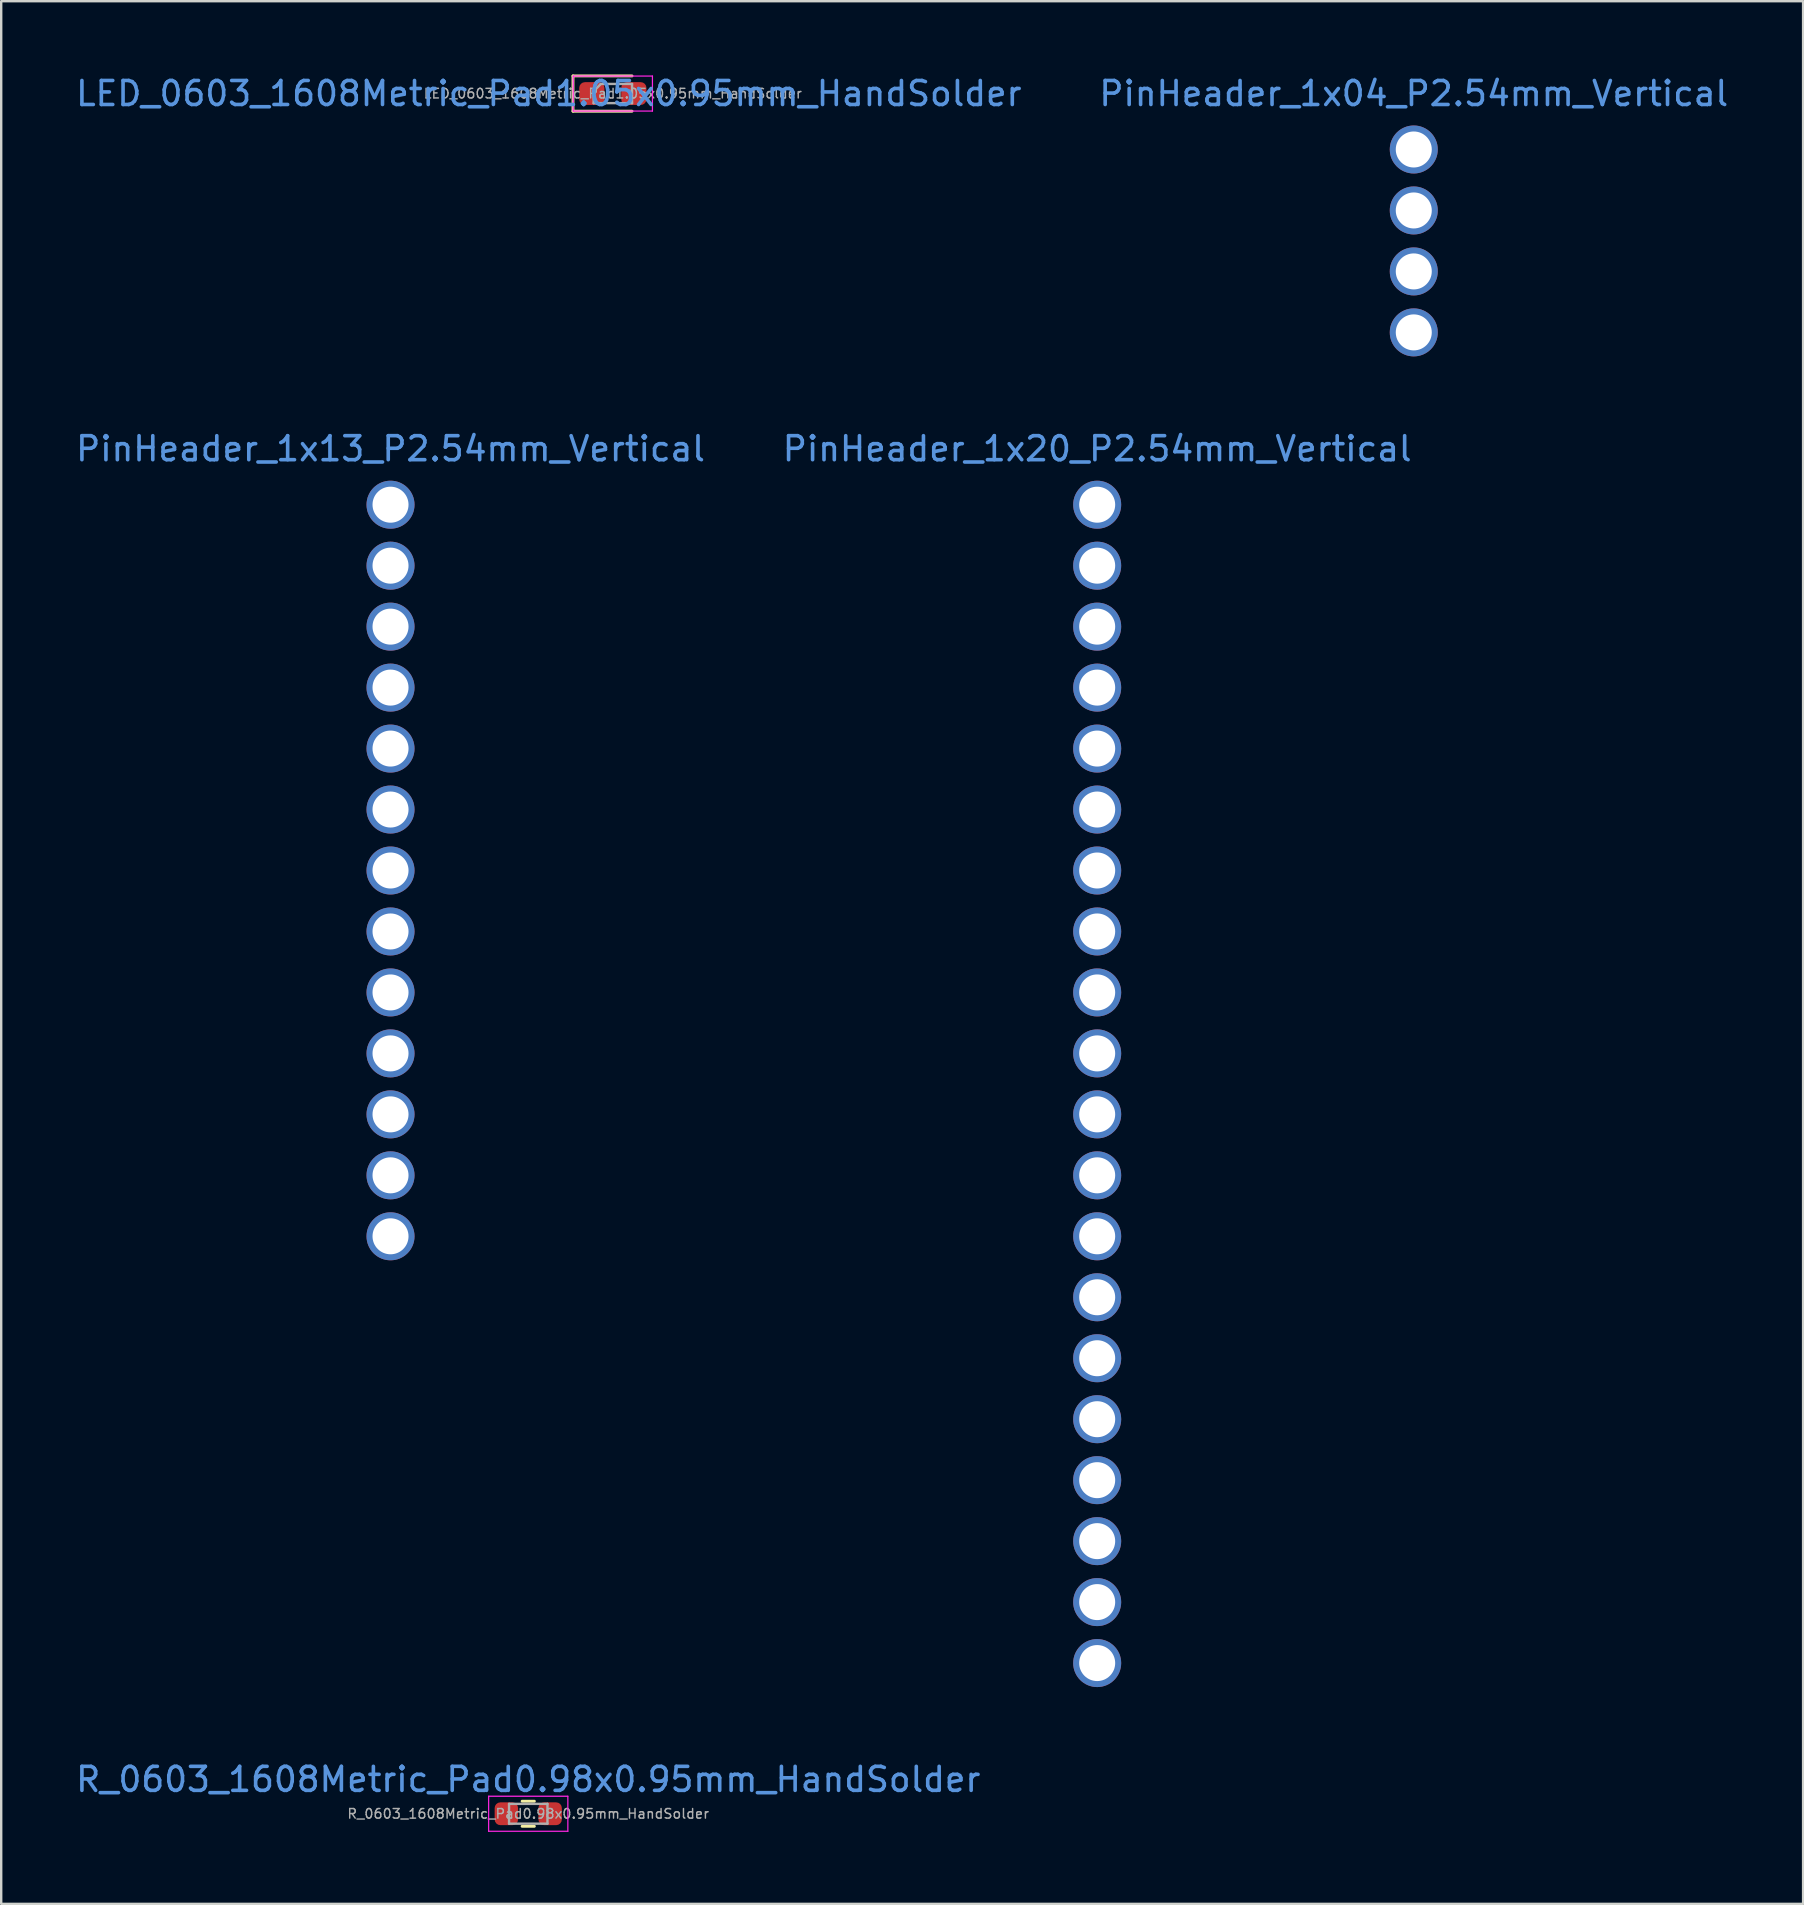
<source format=kicad_pcb>
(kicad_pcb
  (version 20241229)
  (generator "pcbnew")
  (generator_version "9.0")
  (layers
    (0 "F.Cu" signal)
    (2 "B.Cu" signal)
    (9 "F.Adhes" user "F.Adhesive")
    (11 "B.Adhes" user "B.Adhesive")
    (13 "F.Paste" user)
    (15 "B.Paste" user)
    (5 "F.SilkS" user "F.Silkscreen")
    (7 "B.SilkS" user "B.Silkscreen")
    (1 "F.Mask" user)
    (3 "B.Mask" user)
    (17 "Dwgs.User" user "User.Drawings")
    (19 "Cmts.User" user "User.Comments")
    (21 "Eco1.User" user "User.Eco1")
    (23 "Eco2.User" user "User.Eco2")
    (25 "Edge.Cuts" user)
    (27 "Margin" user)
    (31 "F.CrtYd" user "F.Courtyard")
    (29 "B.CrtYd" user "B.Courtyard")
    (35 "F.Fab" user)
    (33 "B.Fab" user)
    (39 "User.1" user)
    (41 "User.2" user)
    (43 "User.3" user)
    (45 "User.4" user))
  (footprint "LED_0603_1608Metric_Pad1.05x0.95mm_HandSolder"
    (layer "F.Cu")
    (at 22.482 0.848)
    (property "Reference" "LED_0603_1608Metric_Pad1.05x0.95mm_HandSolder" (at -2.667 0 0) (layer "Cmts.User") (effects (font (size 1 1) (thickness 0.15))))
    (attr smd)
    (fp_line (start -1.66 -0.735) (end -1.66 0.735) (stroke (width 0.12) (type solid)) (layer "F.SilkS"))
    (fp_line (start -1.66 0.735) (end 0.8 0.735) (stroke (width 0.12) (type solid)) (layer "F.SilkS"))
    (fp_line (start 0.8 -0.735) (end -1.66 -0.735) (stroke (width 0.12) (type solid)) (layer "F.SilkS"))
    (fp_line (start -1.65 -0.73) (end 1.65 -0.73) (stroke (width 0.05) (type solid)) (layer "F.CrtYd"))
    (fp_line (start -1.65 0.73) (end -1.65 -0.73) (stroke (width 0.05) (type solid)) (layer "F.CrtYd"))
    (fp_line (start 1.65 -0.73) (end 1.65 0.73) (stroke (width 0.05) (type solid)) (layer "F.CrtYd"))
    (fp_line (start 1.65 0.73) (end -1.65 0.73) (stroke (width 0.05) (type solid)) (layer "F.CrtYd"))
    (fp_line (start -0.8 -0.1) (end -0.8 0.4) (stroke (width 0.1) (type solid)) (layer "F.Fab"))
    (fp_line (start -0.8 0.4) (end 0.8 0.4) (stroke (width 0.1) (type solid)) (layer "F.Fab"))
    (fp_line (start -0.5 -0.4) (end -0.8 -0.1) (stroke (width 0.1) (type solid)) (layer "F.Fab"))
    (fp_line (start 0.8 -0.4) (end -0.5 -0.4) (stroke (width 0.1) (type solid)) (layer "F.Fab"))
    (fp_line (start 0.8 0.4) (end 0.8 -0.4) (stroke (width 0.1) (type solid)) (layer "F.Fab"))
    (fp_text user "${REFERENCE}" (at 0 0 0) (layer "F.Fab") (effects (font (size 0.4 0.4) (thickness 0.06))))
    (pad "1" smd roundrect (at -0.875 0) (size 1.05 0.95) (layers "F.Cu" "F.Mask" "F.Paste") (roundrect_rratio 0.25))
    (pad "2" smd roundrect (at 0.875 0) (size 1.05 0.95) (layers "F.Cu" "F.Mask" "F.Paste") (roundrect_rratio 0.25)))
  (footprint "PinHeader_1x20_P2.54mm_Vertical"
    (layer "F.Cu")
    (at 42.661 17.977)
    (property "Reference" "PinHeader_1x20_P2.54mm_Vertical" (at 0 -2.33 0) (layer "Cmts.User") (effects (font (size 1 1) (thickness 0.15))))
    (attr through_hole)
    (pad "1" thru_hole circle (at 0 0) (size 2 2) (drill 1.5) (layers "*.Cu" "*.Mask"))
    (pad "2" thru_hole circle (at 0 2.54) (size 2 2) (drill 1.5) (layers "*.Cu" "*.Mask"))
    (pad "3" thru_hole circle (at 0 5.08) (size 2 2) (drill 1.5) (layers "*.Cu" "*.Mask"))
    (pad "4" thru_hole circle (at 0 7.62) (size 2 2) (drill 1.5) (layers "*.Cu" "*.Mask"))
    (pad "5" thru_hole circle (at 0 10.16) (size 2 2) (drill 1.5) (layers "*.Cu" "*.Mask"))
    (pad "6" thru_hole circle (at 0 12.7) (size 2 2) (drill 1.5) (layers "*.Cu" "*.Mask"))
    (pad "7" thru_hole circle (at 0 15.24) (size 2 2) (drill 1.5) (layers "*.Cu" "*.Mask"))
    (pad "8" thru_hole circle (at 0 17.78) (size 2 2) (drill 1.5) (layers "*.Cu" "*.Mask"))
    (pad "9" thru_hole circle (at 0 20.32) (size 2 2) (drill 1.5) (layers "*.Cu" "*.Mask"))
    (pad "10" thru_hole circle (at 0 22.86) (size 2 2) (drill 1.5) (layers "*.Cu" "*.Mask"))
    (pad "11" thru_hole circle (at 0 25.4) (size 2 2) (drill 1.5) (layers "*.Cu" "*.Mask"))
    (pad "12" thru_hole circle (at 0 27.94) (size 2 2) (drill 1.5) (layers "*.Cu" "*.Mask"))
    (pad "13" thru_hole circle (at 0 30.48) (size 2 2) (drill 1.5) (layers "*.Cu" "*.Mask"))
    (pad "14" thru_hole circle (at 0 33.02) (size 2 2) (drill 1.5) (layers "*.Cu" "*.Mask"))
    (pad "15" thru_hole circle (at 0 35.56) (size 2 2) (drill 1.5) (layers "*.Cu" "*.Mask"))
    (pad "16" thru_hole circle (at 0 38.1) (size 2 2) (drill 1.5) (layers "*.Cu" "*.Mask"))
    (pad "17" thru_hole circle (at 0 40.64) (size 2 2) (drill 1.5) (layers "*.Cu" "*.Mask"))
    (pad "18" thru_hole circle (at 0 43.18) (size 2 2) (drill 1.5) (layers "*.Cu" "*.Mask"))
    (pad "19" thru_hole circle (at 0 45.72) (size 2 2) (drill 1.5) (layers "*.Cu" "*.Mask"))
    (pad "20" thru_hole circle (at 0 48.26) (size 2 2) (drill 1.5) (layers "*.Cu" "*.Mask")))
  (footprint "R_0603_1608Metric_Pad0.98x0.95mm_HandSolder"
    (layer "F.Cu")
    (at 18.958 72.515)
    (property "Reference" "R_0603_1608Metric_Pad0.98x0.95mm_HandSolder" (at 0 -1.43 0) (layer "Cmts.User") (effects (font (size 1 1) (thickness 0.15))))
    (attr smd)
    (fp_line (start -0.255 -0.522) (end 0.255 -0.522) (stroke (width 0.12) (type solid)) (layer "F.SilkS"))
    (fp_line (start -0.255 0.522) (end 0.255 0.522) (stroke (width 0.12) (type solid)) (layer "F.SilkS"))
    (fp_line (start -1.65 -0.73) (end 1.65 -0.73) (stroke (width 0.05) (type solid)) (layer "F.CrtYd"))
    (fp_line (start -1.65 0.73) (end -1.65 -0.73) (stroke (width 0.05) (type solid)) (layer "F.CrtYd"))
    (fp_line (start 1.65 -0.73) (end 1.65 0.73) (stroke (width 0.05) (type solid)) (layer "F.CrtYd"))
    (fp_line (start 1.65 0.73) (end -1.65 0.73) (stroke (width 0.05) (type solid)) (layer "F.CrtYd"))
    (fp_line (start -0.8 -0.412) (end 0.8 -0.412) (stroke (width 0.1) (type solid)) (layer "F.Fab"))
    (fp_line (start -0.8 0.412) (end -0.8 -0.412) (stroke (width 0.1) (type solid)) (layer "F.Fab"))
    (fp_line (start 0.8 -0.412) (end 0.8 0.412) (stroke (width 0.1) (type solid)) (layer "F.Fab"))
    (fp_line (start 0.8 0.412) (end -0.8 0.412) (stroke (width 0.1) (type solid)) (layer "F.Fab"))
    (fp_text user "${REFERENCE}" (at 0 0 0) (layer "F.Fab") (effects (font (size 0.4 0.4) (thickness 0.06))))
    (pad "1" smd roundrect (at -0.912 0) (size 0.975 0.95) (layers "F.Cu" "F.Mask" "F.Paste") (roundrect_rratio 0.25))
    (pad "2" smd roundrect (at 0.912 0) (size 0.975 0.95) (layers "F.Cu" "F.Mask" "F.Paste") (roundrect_rratio 0.25)))
  (footprint "PinHeader_1x13_P2.54mm_Vertical"
    (layer "F.Cu")
    (at 13.22 17.977)
    (property "Reference" "PinHeader_1x13_P2.54mm_Vertical" (at 0 -2.33 0) (layer "Cmts.User") (effects (font (size 1 1) (thickness 0.15))))
    (attr through_hole)
    (pad "1" thru_hole circle (at 0 0) (size 2 2) (drill 1.5) (layers "*.Cu" "*.Mask"))
    (pad "2" thru_hole circle (at 0 2.54) (size 2 2) (drill 1.5) (layers "*.Cu" "*.Mask"))
    (pad "3" thru_hole circle (at 0 5.08) (size 2 2) (drill 1.5) (layers "*.Cu" "*.Mask"))
    (pad "4" thru_hole circle (at 0 7.62) (size 2 2) (drill 1.5) (layers "*.Cu" "*.Mask"))
    (pad "5" thru_hole circle (at 0 10.16) (size 2 2) (drill 1.5) (layers "*.Cu" "*.Mask"))
    (pad "6" thru_hole circle (at 0 12.7) (size 2 2) (drill 1.5) (layers "*.Cu" "*.Mask"))
    (pad "7" thru_hole circle (at 0 15.24) (size 2 2) (drill 1.5) (layers "*.Cu" "*.Mask"))
    (pad "8" thru_hole circle (at 0 17.78) (size 2 2) (drill 1.5) (layers "*.Cu" "*.Mask"))
    (pad "9" thru_hole circle (at 0 20.32) (size 2 2) (drill 1.5) (layers "*.Cu" "*.Mask"))
    (pad "10" thru_hole circle (at 0 22.86) (size 2 2) (drill 1.5) (layers "*.Cu" "*.Mask"))
    (pad "11" thru_hole circle (at 0 25.4) (size 2 2) (drill 1.5) (layers "*.Cu" "*.Mask"))
    (pad "12" thru_hole circle (at 0 27.94) (size 2 2) (drill 1.5) (layers "*.Cu" "*.Mask"))
    (pad "13" thru_hole circle (at 0 30.48) (size 2 2) (drill 1.5) (layers "*.Cu" "*.Mask")))
  (footprint "PinHeader_1x04_P2.54mm_Vertical"
    (layer "F.Cu")
    (at 55.851 3.178)
    (property "Reference" "PinHeader_1x04_P2.54mm_Vertical" (at 0 -2.33 0) (layer "Cmts.User") (effects (font (size 1 1) (thickness 0.15))))
    (attr through_hole)
    (pad "1" thru_hole circle (at 0 0) (size 2 2) (drill 1.5) (layers "*.Cu" "*.Mask"))
    (pad "2" thru_hole circle (at 0 2.54) (size 2 2) (drill 1.5) (layers "*.Cu" "*.Mask"))
    (pad "3" thru_hole circle (at 0 5.08) (size 2 2) (drill 1.5) (layers "*.Cu" "*.Mask"))
    (pad "4" thru_hole circle (at 0 7.62) (size 2 2) (drill 1.5) (layers "*.Cu" "*.Mask")))
  (gr_rect
    (start -3 -3)
    (end 72.071 76.27)
    (stroke (width 0.1) (type default))
    (fill no)
    (layer "Edge.Cuts")))
</source>
